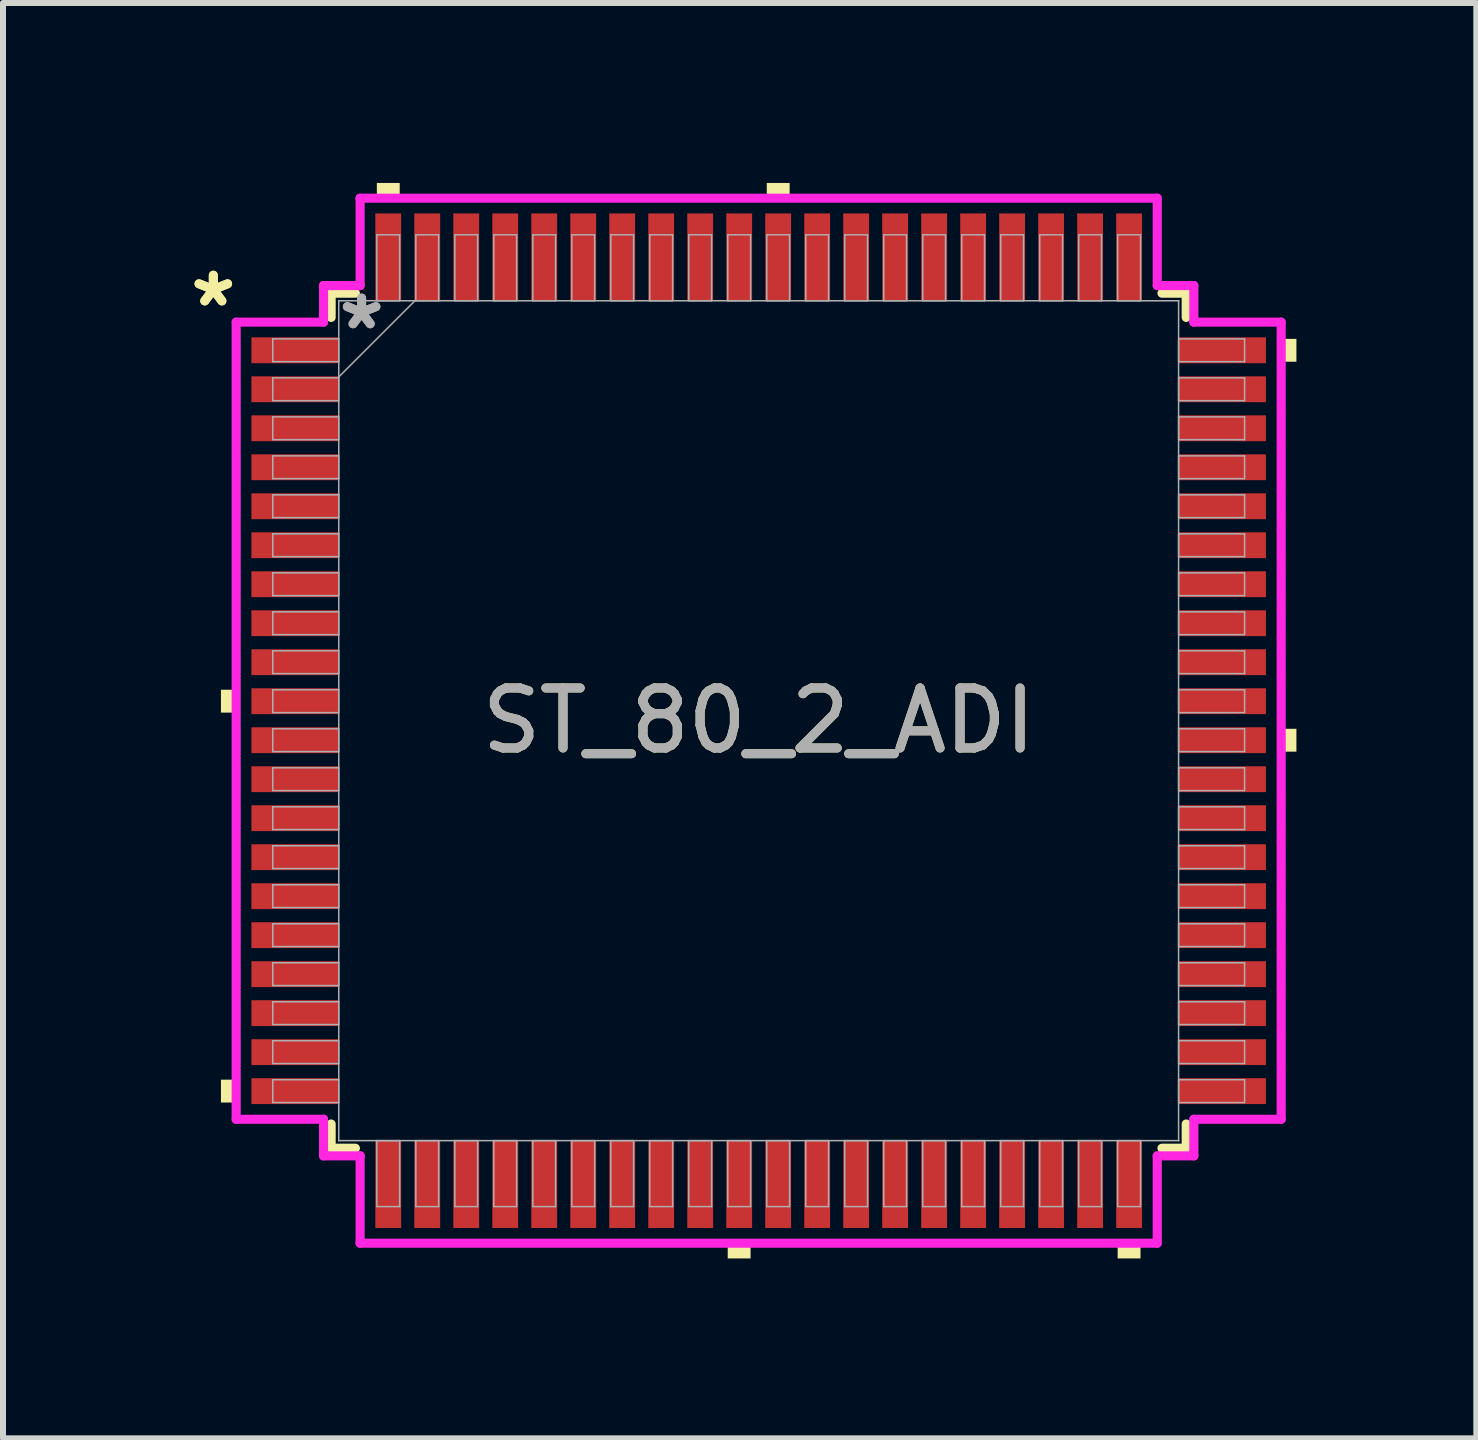
<source format=kicad_pcb>
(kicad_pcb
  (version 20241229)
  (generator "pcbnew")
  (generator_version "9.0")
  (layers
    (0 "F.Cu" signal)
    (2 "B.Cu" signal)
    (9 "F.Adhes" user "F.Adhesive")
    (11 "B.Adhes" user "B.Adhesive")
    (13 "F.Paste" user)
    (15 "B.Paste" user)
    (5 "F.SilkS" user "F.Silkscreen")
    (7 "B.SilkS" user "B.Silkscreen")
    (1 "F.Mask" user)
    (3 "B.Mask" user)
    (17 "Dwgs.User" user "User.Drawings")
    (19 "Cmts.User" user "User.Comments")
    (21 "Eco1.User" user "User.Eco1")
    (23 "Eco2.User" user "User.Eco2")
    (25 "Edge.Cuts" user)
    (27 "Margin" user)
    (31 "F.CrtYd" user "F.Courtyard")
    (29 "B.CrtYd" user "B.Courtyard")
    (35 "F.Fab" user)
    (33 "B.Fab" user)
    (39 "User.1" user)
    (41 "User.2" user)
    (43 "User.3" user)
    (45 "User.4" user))
  (footprint "ST_80_2_ADI"
    (layer "F.Cu")
    (at 9.597 8.964)
    (property "Reference" "ST_80_2_ADI" (at 0 0 0) (unlocked yes) (layer "F.SilkS") (effects (font (size 1 1) (thickness 0.15))))
    (attr smd)
    (fp_line (start -7.127 -7.127) (end -7.127 -6.723) (stroke (width 0.152) (type solid)) (layer "F.SilkS"))
    (fp_line (start -7.127 6.723) (end -7.127 7.127) (stroke (width 0.152) (type solid)) (layer "F.SilkS"))
    (fp_line (start -7.127 7.127) (end -6.723 7.127) (stroke (width 0.152) (type solid)) (layer "F.SilkS"))
    (fp_line (start -6.723 -7.127) (end -7.127 -7.127) (stroke (width 0.152) (type solid)) (layer "F.SilkS"))
    (fp_line (start 6.723 7.127) (end 7.127 7.127) (stroke (width 0.152) (type solid)) (layer "F.SilkS"))
    (fp_line (start 7.127 -7.127) (end 6.723 -7.127) (stroke (width 0.152) (type solid)) (layer "F.SilkS"))
    (fp_line (start 7.127 -6.723) (end 7.127 -7.127) (stroke (width 0.152) (type solid)) (layer "F.SilkS"))
    (fp_line (start 7.127 7.127) (end 7.127 6.723) (stroke (width 0.152) (type solid)) (layer "F.SilkS"))
    (fp_poly (pts (xy -8.964 -0.516) (xy -8.964 -0.135) (xy -8.71 -0.135) (xy -8.71 -0.516)) (stroke (width 0) (type solid)) (fill yes) (layer "F.SilkS"))
    (fp_poly (pts (xy -8.964 5.984) (xy -8.964 6.365) (xy -8.71 6.365) (xy -8.71 5.984)) (stroke (width 0) (type solid)) (fill yes) (layer "F.SilkS"))
    (fp_poly (pts (xy -6.365 -8.71) (xy -6.365 -8.964) (xy -5.984 -8.964) (xy -5.984 -8.71)) (stroke (width 0) (type solid)) (fill yes) (layer "F.SilkS"))
    (fp_poly (pts (xy -0.516 8.71) (xy -0.516 8.964) (xy -0.135 8.964) (xy -0.135 8.71)) (stroke (width 0) (type solid)) (fill yes) (layer "F.SilkS"))
    (fp_poly (pts (xy 0.135 -8.71) (xy 0.135 -8.964) (xy 0.516 -8.964) (xy 0.516 -8.71)) (stroke (width 0) (type solid)) (fill yes) (layer "F.SilkS"))
    (fp_poly (pts (xy 5.984 8.71) (xy 5.984 8.964) (xy 6.365 8.964) (xy 6.365 8.71)) (stroke (width 0) (type solid)) (fill yes) (layer "F.SilkS"))
    (fp_poly (pts (xy 8.964 -6.365) (xy 8.964 -5.984) (xy 8.71 -5.984) (xy 8.71 -6.365)) (stroke (width 0) (type solid)) (fill yes) (layer "F.SilkS"))
    (fp_poly (pts (xy 8.964 0.135) (xy 8.964 0.516) (xy 8.71 0.516) (xy 8.71 0.135)) (stroke (width 0) (type solid)) (fill yes) (layer "F.SilkS"))
    (fp_line (start -8.71 -6.644) (end -7.254 -6.644) (stroke (width 0.152) (type solid)) (layer "F.CrtYd"))
    (fp_line (start -8.71 6.644) (end -8.71 -6.644) (stroke (width 0.152) (type solid)) (layer "F.CrtYd"))
    (fp_line (start -7.254 -7.254) (end -6.644 -7.254) (stroke (width 0.152) (type solid)) (layer "F.CrtYd"))
    (fp_line (start -7.254 -6.644) (end -7.254 -7.254) (stroke (width 0.152) (type solid)) (layer "F.CrtYd"))
    (fp_line (start -7.254 6.644) (end -8.71 6.644) (stroke (width 0.152) (type solid)) (layer "F.CrtYd"))
    (fp_line (start -7.254 7.254) (end -7.254 6.644) (stroke (width 0.152) (type solid)) (layer "F.CrtYd"))
    (fp_line (start -7.254 7.254) (end -6.644 7.254) (stroke (width 0.152) (type solid)) (layer "F.CrtYd"))
    (fp_line (start -6.644 -8.71) (end 6.644 -8.71) (stroke (width 0.152) (type solid)) (layer "F.CrtYd"))
    (fp_line (start -6.644 -7.254) (end -6.644 -8.71) (stroke (width 0.152) (type solid)) (layer "F.CrtYd"))
    (fp_line (start -6.644 7.254) (end -6.644 8.71) (stroke (width 0.152) (type solid)) (layer "F.CrtYd"))
    (fp_line (start -6.644 8.71) (end 6.644 8.71) (stroke (width 0.152) (type solid)) (layer "F.CrtYd"))
    (fp_line (start 6.644 -8.71) (end 6.644 -7.254) (stroke (width 0.152) (type solid)) (layer "F.CrtYd"))
    (fp_line (start 6.644 -7.254) (end 7.254 -7.254) (stroke (width 0.152) (type solid)) (layer "F.CrtYd"))
    (fp_line (start 6.644 7.254) (end 7.254 7.254) (stroke (width 0.152) (type solid)) (layer "F.CrtYd"))
    (fp_line (start 6.644 8.71) (end 6.644 7.254) (stroke (width 0.152) (type solid)) (layer "F.CrtYd"))
    (fp_line (start 7.254 -6.644) (end 7.254 -7.254) (stroke (width 0.152) (type solid)) (layer "F.CrtYd"))
    (fp_line (start 7.254 6.644) (end 8.71 6.644) (stroke (width 0.152) (type solid)) (layer "F.CrtYd"))
    (fp_line (start 7.254 7.254) (end 7.254 6.644) (stroke (width 0.152) (type solid)) (layer "F.CrtYd"))
    (fp_line (start 8.71 -6.644) (end 7.254 -6.644) (stroke (width 0.152) (type solid)) (layer "F.CrtYd"))
    (fp_line (start 8.71 6.644) (end 8.71 -6.644) (stroke (width 0.152) (type solid)) (layer "F.CrtYd"))
    (fp_line (start -8.1 -6.365) (end -8.1 -5.985) (stroke (width 0.025) (type solid)) (layer "F.Fab"))
    (fp_line (start -8.1 -5.985) (end -7 -5.985) (stroke (width 0.025) (type solid)) (layer "F.Fab"))
    (fp_line (start -8.1 -5.715) (end -8.1 -5.335) (stroke (width 0.025) (type solid)) (layer "F.Fab"))
    (fp_line (start -8.1 -5.335) (end -7 -5.335) (stroke (width 0.025) (type solid)) (layer "F.Fab"))
    (fp_line (start -8.1 -5.065) (end -8.1 -4.685) (stroke (width 0.025) (type solid)) (layer "F.Fab"))
    (fp_line (start -8.1 -4.685) (end -7 -4.685) (stroke (width 0.025) (type solid)) (layer "F.Fab"))
    (fp_line (start -8.1 -4.415) (end -8.1 -4.035) (stroke (width 0.025) (type solid)) (layer "F.Fab"))
    (fp_line (start -8.1 -4.035) (end -7 -4.035) (stroke (width 0.025) (type solid)) (layer "F.Fab"))
    (fp_line (start -8.1 -3.765) (end -8.1 -3.385) (stroke (width 0.025) (type solid)) (layer "F.Fab"))
    (fp_line (start -8.1 -3.385) (end -7 -3.385) (stroke (width 0.025) (type solid)) (layer "F.Fab"))
    (fp_line (start -8.1 -3.115) (end -8.1 -2.735) (stroke (width 0.025) (type solid)) (layer "F.Fab"))
    (fp_line (start -8.1 -2.735) (end -7 -2.735) (stroke (width 0.025) (type solid)) (layer "F.Fab"))
    (fp_line (start -8.1 -2.465) (end -8.1 -2.085) (stroke (width 0.025) (type solid)) (layer "F.Fab"))
    (fp_line (start -8.1 -2.085) (end -7 -2.085) (stroke (width 0.025) (type solid)) (layer "F.Fab"))
    (fp_line (start -8.1 -1.815) (end -8.1 -1.435) (stroke (width 0.025) (type solid)) (layer "F.Fab"))
    (fp_line (start -8.1 -1.435) (end -7 -1.435) (stroke (width 0.025) (type solid)) (layer "F.Fab"))
    (fp_line (start -8.1 -1.165) (end -8.1 -0.785) (stroke (width 0.025) (type solid)) (layer "F.Fab"))
    (fp_line (start -8.1 -0.785) (end -7 -0.785) (stroke (width 0.025) (type solid)) (layer "F.Fab"))
    (fp_line (start -8.1 -0.515) (end -8.1 -0.135) (stroke (width 0.025) (type solid)) (layer "F.Fab"))
    (fp_line (start -8.1 -0.135) (end -7 -0.135) (stroke (width 0.025) (type solid)) (layer "F.Fab"))
    (fp_line (start -8.1 0.135) (end -8.1 0.515) (stroke (width 0.025) (type solid)) (layer "F.Fab"))
    (fp_line (start -8.1 0.515) (end -7 0.515) (stroke (width 0.025) (type solid)) (layer "F.Fab"))
    (fp_line (start -8.1 0.785) (end -8.1 1.165) (stroke (width 0.025) (type solid)) (layer "F.Fab"))
    (fp_line (start -8.1 1.165) (end -7 1.165) (stroke (width 0.025) (type solid)) (layer "F.Fab"))
    (fp_line (start -8.1 1.435) (end -8.1 1.815) (stroke (width 0.025) (type solid)) (layer "F.Fab"))
    (fp_line (start -8.1 1.815) (end -7 1.815) (stroke (width 0.025) (type solid)) (layer "F.Fab"))
    (fp_line (start -8.1 2.085) (end -8.1 2.465) (stroke (width 0.025) (type solid)) (layer "F.Fab"))
    (fp_line (start -8.1 2.465) (end -7 2.465) (stroke (width 0.025) (type solid)) (layer "F.Fab"))
    (fp_line (start -8.1 2.735) (end -8.1 3.115) (stroke (width 0.025) (type solid)) (layer "F.Fab"))
    (fp_line (start -8.1 3.115) (end -7 3.115) (stroke (width 0.025) (type solid)) (layer "F.Fab"))
    (fp_line (start -8.1 3.385) (end -8.1 3.765) (stroke (width 0.025) (type solid)) (layer "F.Fab"))
    (fp_line (start -8.1 3.765) (end -7 3.765) (stroke (width 0.025) (type solid)) (layer "F.Fab"))
    (fp_line (start -8.1 4.035) (end -8.1 4.415) (stroke (width 0.025) (type solid)) (layer "F.Fab"))
    (fp_line (start -8.1 4.415) (end -7 4.415) (stroke (width 0.025) (type solid)) (layer "F.Fab"))
    (fp_line (start -8.1 4.685) (end -8.1 5.065) (stroke (width 0.025) (type solid)) (layer "F.Fab"))
    (fp_line (start -8.1 5.065) (end -7 5.065) (stroke (width 0.025) (type solid)) (layer "F.Fab"))
    (fp_line (start -8.1 5.335) (end -8.1 5.715) (stroke (width 0.025) (type solid)) (layer "F.Fab"))
    (fp_line (start -8.1 5.715) (end -7 5.715) (stroke (width 0.025) (type solid)) (layer "F.Fab"))
    (fp_line (start -8.1 5.985) (end -8.1 6.365) (stroke (width 0.025) (type solid)) (layer "F.Fab"))
    (fp_line (start -8.1 6.365) (end -7 6.365) (stroke (width 0.025) (type solid)) (layer "F.Fab"))
    (fp_line (start -7 -6.365) (end -8.1 -6.365) (stroke (width 0.025) (type solid)) (layer "F.Fab"))
    (fp_line (start -7 -5.985) (end -7 -6.365) (stroke (width 0.025) (type solid)) (layer "F.Fab"))
    (fp_line (start -7 -5.73) (end -5.73 -7) (stroke (width 0.025) (type solid)) (layer "F.Fab"))
    (fp_line (start -7 -5.715) (end -8.1 -5.715) (stroke (width 0.025) (type solid)) (layer "F.Fab"))
    (fp_line (start -7 -5.335) (end -7 -5.715) (stroke (width 0.025) (type solid)) (layer "F.Fab"))
    (fp_line (start -7 -5.065) (end -8.1 -5.065) (stroke (width 0.025) (type solid)) (layer "F.Fab"))
    (fp_line (start -7 -4.685) (end -7 -5.065) (stroke (width 0.025) (type solid)) (layer "F.Fab"))
    (fp_line (start -7 -4.415) (end -8.1 -4.415) (stroke (width 0.025) (type solid)) (layer "F.Fab"))
    (fp_line (start -7 -4.035) (end -7 -4.415) (stroke (width 0.025) (type solid)) (layer "F.Fab"))
    (fp_line (start -7 -3.765) (end -8.1 -3.765) (stroke (width 0.025) (type solid)) (layer "F.Fab"))
    (fp_line (start -7 -3.385) (end -7 -3.765) (stroke (width 0.025) (type solid)) (layer "F.Fab"))
    (fp_line (start -7 -3.115) (end -8.1 -3.115) (stroke (width 0.025) (type solid)) (layer "F.Fab"))
    (fp_line (start -7 -2.735) (end -7 -3.115) (stroke (width 0.025) (type solid)) (layer "F.Fab"))
    (fp_line (start -7 -2.465) (end -8.1 -2.465) (stroke (width 0.025) (type solid)) (layer "F.Fab"))
    (fp_line (start -7 -2.085) (end -7 -2.465) (stroke (width 0.025) (type solid)) (layer "F.Fab"))
    (fp_line (start -7 -1.815) (end -8.1 -1.815) (stroke (width 0.025) (type solid)) (layer "F.Fab"))
    (fp_line (start -7 -1.435) (end -7 -1.815) (stroke (width 0.025) (type solid)) (layer "F.Fab"))
    (fp_line (start -7 -1.165) (end -8.1 -1.165) (stroke (width 0.025) (type solid)) (layer "F.Fab"))
    (fp_line (start -7 -0.785) (end -7 -1.165) (stroke (width 0.025) (type solid)) (layer "F.Fab"))
    (fp_line (start -7 -0.515) (end -8.1 -0.515) (stroke (width 0.025) (type solid)) (layer "F.Fab"))
    (fp_line (start -7 -0.135) (end -7 -0.515) (stroke (width 0.025) (type solid)) (layer "F.Fab"))
    (fp_line (start -7 0.135) (end -8.1 0.135) (stroke (width 0.025) (type solid)) (layer "F.Fab"))
    (fp_line (start -7 0.515) (end -7 0.135) (stroke (width 0.025) (type solid)) (layer "F.Fab"))
    (fp_line (start -7 0.785) (end -8.1 0.785) (stroke (width 0.025) (type solid)) (layer "F.Fab"))
    (fp_line (start -7 1.165) (end -7 0.785) (stroke (width 0.025) (type solid)) (layer "F.Fab"))
    (fp_line (start -7 1.435) (end -8.1 1.435) (stroke (width 0.025) (type solid)) (layer "F.Fab"))
    (fp_line (start -7 1.815) (end -7 1.435) (stroke (width 0.025) (type solid)) (layer "F.Fab"))
    (fp_line (start -7 2.085) (end -8.1 2.085) (stroke (width 0.025) (type solid)) (layer "F.Fab"))
    (fp_line (start -7 2.465) (end -7 2.085) (stroke (width 0.025) (type solid)) (layer "F.Fab"))
    (fp_line (start -7 2.735) (end -8.1 2.735) (stroke (width 0.025) (type solid)) (layer "F.Fab"))
    (fp_line (start -7 3.115) (end -7 2.735) (stroke (width 0.025) (type solid)) (layer "F.Fab"))
    (fp_line (start -7 3.385) (end -8.1 3.385) (stroke (width 0.025) (type solid)) (layer "F.Fab"))
    (fp_line (start -7 3.765) (end -7 3.385) (stroke (width 0.025) (type solid)) (layer "F.Fab"))
    (fp_line (start -7 4.035) (end -8.1 4.035) (stroke (width 0.025) (type solid)) (layer "F.Fab"))
    (fp_line (start -7 4.415) (end -7 4.035) (stroke (width 0.025) (type solid)) (layer "F.Fab"))
    (fp_line (start -7 4.685) (end -8.1 4.685) (stroke (width 0.025) (type solid)) (layer "F.Fab"))
    (fp_line (start -7 5.065) (end -7 4.685) (stroke (width 0.025) (type solid)) (layer "F.Fab"))
    (fp_line (start -7 5.335) (end -8.1 5.335) (stroke (width 0.025) (type solid)) (layer "F.Fab"))
    (fp_line (start -7 5.715) (end -7 5.335) (stroke (width 0.025) (type solid)) (layer "F.Fab"))
    (fp_line (start -7 5.985) (end -8.1 5.985) (stroke (width 0.025) (type solid)) (layer "F.Fab"))
    (fp_line (start -7 6.365) (end -7 5.985) (stroke (width 0.025) (type solid)) (layer "F.Fab"))
    (fp_line (start -7 -7) (end -7 -7) (stroke (width 0.025) (type solid)) (layer "F.Fab"))
    (fp_line (start -7 -7) (end -7 7) (stroke (width 0.025) (type solid)) (layer "F.Fab"))
    (fp_line (start -7 7) (end -7 7) (stroke (width 0.025) (type solid)) (layer "F.Fab"))
    (fp_line (start -7 7) (end 7 7) (stroke (width 0.025) (type solid)) (layer "F.Fab"))
    (fp_line (start -6.365 7) (end -6.365 8.1) (stroke (width 0.025) (type solid)) (layer "F.Fab"))
    (fp_line (start -6.365 8.1) (end -5.985 8.1) (stroke (width 0.025) (type solid)) (layer "F.Fab"))
    (fp_line (start -6.365 -8.1) (end -6.365 -7) (stroke (width 0.025) (type solid)) (layer "F.Fab"))
    (fp_line (start -6.365 -7) (end -5.985 -7) (stroke (width 0.025) (type solid)) (layer "F.Fab"))
    (fp_line (start -5.985 7) (end -6.365 7) (stroke (width 0.025) (type solid)) (layer "F.Fab"))
    (fp_line (start -5.985 8.1) (end -5.985 7) (stroke (width 0.025) (type solid)) (layer "F.Fab"))
    (fp_line (start -5.985 -8.1) (end -6.365 -8.1) (stroke (width 0.025) (type solid)) (layer "F.Fab"))
    (fp_line (start -5.985 -7) (end -5.985 -8.1) (stroke (width 0.025) (type solid)) (layer "F.Fab"))
    (fp_line (start -5.715 7) (end -5.715 8.1) (stroke (width 0.025) (type solid)) (layer "F.Fab"))
    (fp_line (start -5.715 8.1) (end -5.335 8.1) (stroke (width 0.025) (type solid)) (layer "F.Fab"))
    (fp_line (start -5.715 -8.1) (end -5.715 -7) (stroke (width 0.025) (type solid)) (layer "F.Fab"))
    (fp_line (start -5.715 -7) (end -5.335 -7) (stroke (width 0.025) (type solid)) (layer "F.Fab"))
    (fp_line (start -5.335 7) (end -5.715 7) (stroke (width 0.025) (type solid)) (layer "F.Fab"))
    (fp_line (start -5.335 8.1) (end -5.335 7) (stroke (width 0.025) (type solid)) (layer "F.Fab"))
    (fp_line (start -5.335 -8.1) (end -5.715 -8.1) (stroke (width 0.025) (type solid)) (layer "F.Fab"))
    (fp_line (start -5.335 -7) (end -5.335 -8.1) (stroke (width 0.025) (type solid)) (layer "F.Fab"))
    (fp_line (start -5.065 7) (end -5.065 8.1) (stroke (width 0.025) (type solid)) (layer "F.Fab"))
    (fp_line (start -5.065 8.1) (end -4.685 8.1) (stroke (width 0.025) (type solid)) (layer "F.Fab"))
    (fp_line (start -5.065 -8.1) (end -5.065 -7) (stroke (width 0.025) (type solid)) (layer "F.Fab"))
    (fp_line (start -5.065 -7) (end -4.685 -7) (stroke (width 0.025) (type solid)) (layer "F.Fab"))
    (fp_line (start -4.685 7) (end -5.065 7) (stroke (width 0.025) (type solid)) (layer "F.Fab"))
    (fp_line (start -4.685 8.1) (end -4.685 7) (stroke (width 0.025) (type solid)) (layer "F.Fab"))
    (fp_line (start -4.685 -8.1) (end -5.065 -8.1) (stroke (width 0.025) (type solid)) (layer "F.Fab"))
    (fp_line (start -4.685 -7) (end -4.685 -8.1) (stroke (width 0.025) (type solid)) (layer "F.Fab"))
    (fp_line (start -4.415 7) (end -4.415 8.1) (stroke (width 0.025) (type solid)) (layer "F.Fab"))
    (fp_line (start -4.415 8.1) (end -4.035 8.1) (stroke (width 0.025) (type solid)) (layer "F.Fab"))
    (fp_line (start -4.415 -8.1) (end -4.415 -7) (stroke (width 0.025) (type solid)) (layer "F.Fab"))
    (fp_line (start -4.415 -7) (end -4.035 -7) (stroke (width 0.025) (type solid)) (layer "F.Fab"))
    (fp_line (start -4.035 7) (end -4.415 7) (stroke (width 0.025) (type solid)) (layer "F.Fab"))
    (fp_line (start -4.035 8.1) (end -4.035 7) (stroke (width 0.025) (type solid)) (layer "F.Fab"))
    (fp_line (start -4.035 -8.1) (end -4.415 -8.1) (stroke (width 0.025) (type solid)) (layer "F.Fab"))
    (fp_line (start -4.035 -7) (end -4.035 -8.1) (stroke (width 0.025) (type solid)) (layer "F.Fab"))
    (fp_line (start -3.765 -8.1) (end -3.765 -7) (stroke (width 0.025) (type solid)) (layer "F.Fab"))
    (fp_line (start -3.765 -7) (end -3.385 -7) (stroke (width 0.025) (type solid)) (layer "F.Fab"))
    (fp_line (start -3.765 7) (end -3.765 8.1) (stroke (width 0.025) (type solid)) (layer "F.Fab"))
    (fp_line (start -3.765 8.1) (end -3.385 8.1) (stroke (width 0.025) (type solid)) (layer "F.Fab"))
    (fp_line (start -3.385 -8.1) (end -3.765 -8.1) (stroke (width 0.025) (type solid)) (layer "F.Fab"))
    (fp_line (start -3.385 -7) (end -3.385 -8.1) (stroke (width 0.025) (type solid)) (layer "F.Fab"))
    (fp_line (start -3.385 7) (end -3.765 7) (stroke (width 0.025) (type solid)) (layer "F.Fab"))
    (fp_line (start -3.385 8.1) (end -3.385 7) (stroke (width 0.025) (type solid)) (layer "F.Fab"))
    (fp_line (start -3.115 -8.1) (end -3.115 -7) (stroke (width 0.025) (type solid)) (layer "F.Fab"))
    (fp_line (start -3.115 -7) (end -2.735 -7) (stroke (width 0.025) (type solid)) (layer "F.Fab"))
    (fp_line (start -3.115 7) (end -3.115 8.1) (stroke (width 0.025) (type solid)) (layer "F.Fab"))
    (fp_line (start -3.115 8.1) (end -2.735 8.1) (stroke (width 0.025) (type solid)) (layer "F.Fab"))
    (fp_line (start -2.735 -8.1) (end -3.115 -8.1) (stroke (width 0.025) (type solid)) (layer "F.Fab"))
    (fp_line (start -2.735 -7) (end -2.735 -8.1) (stroke (width 0.025) (type solid)) (layer "F.Fab"))
    (fp_line (start -2.735 7) (end -3.115 7) (stroke (width 0.025) (type solid)) (layer "F.Fab"))
    (fp_line (start -2.735 8.1) (end -2.735 7) (stroke (width 0.025) (type solid)) (layer "F.Fab"))
    (fp_line (start -2.465 -8.1) (end -2.465 -7) (stroke (width 0.025) (type solid)) (layer "F.Fab"))
    (fp_line (start -2.465 -7) (end -2.085 -7) (stroke (width 0.025) (type solid)) (layer "F.Fab"))
    (fp_line (start -2.465 7) (end -2.465 8.1) (stroke (width 0.025) (type solid)) (layer "F.Fab"))
    (fp_line (start -2.465 8.1) (end -2.085 8.1) (stroke (width 0.025) (type solid)) (layer "F.Fab"))
    (fp_line (start -2.085 -8.1) (end -2.465 -8.1) (stroke (width 0.025) (type solid)) (layer "F.Fab"))
    (fp_line (start -2.085 -7) (end -2.085 -8.1) (stroke (width 0.025) (type solid)) (layer "F.Fab"))
    (fp_line (start -2.085 7) (end -2.465 7) (stroke (width 0.025) (type solid)) (layer "F.Fab"))
    (fp_line (start -2.085 8.1) (end -2.085 7) (stroke (width 0.025) (type solid)) (layer "F.Fab"))
    (fp_line (start -1.815 -8.1) (end -1.815 -7) (stroke (width 0.025) (type solid)) (layer "F.Fab"))
    (fp_line (start -1.815 -7) (end -1.435 -7) (stroke (width 0.025) (type solid)) (layer "F.Fab"))
    (fp_line (start -1.815 7) (end -1.815 8.1) (stroke (width 0.025) (type solid)) (layer "F.Fab"))
    (fp_line (start -1.815 8.1) (end -1.435 8.1) (stroke (width 0.025) (type solid)) (layer "F.Fab"))
    (fp_line (start -1.435 -8.1) (end -1.815 -8.1) (stroke (width 0.025) (type solid)) (layer "F.Fab"))
    (fp_line (start -1.435 -7) (end -1.435 -8.1) (stroke (width 0.025) (type solid)) (layer "F.Fab"))
    (fp_line (start -1.435 7) (end -1.815 7) (stroke (width 0.025) (type solid)) (layer "F.Fab"))
    (fp_line (start -1.435 8.1) (end -1.435 7) (stroke (width 0.025) (type solid)) (layer "F.Fab"))
    (fp_line (start -1.165 -8.1) (end -1.165 -7) (stroke (width 0.025) (type solid)) (layer "F.Fab"))
    (fp_line (start -1.165 -7) (end -0.785 -7) (stroke (width 0.025) (type solid)) (layer "F.Fab"))
    (fp_line (start -1.165 7) (end -1.165 8.1) (stroke (width 0.025) (type solid)) (layer "F.Fab"))
    (fp_line (start -1.165 8.1) (end -0.785 8.1) (stroke (width 0.025) (type solid)) (layer "F.Fab"))
    (fp_line (start -0.785 -8.1) (end -1.165 -8.1) (stroke (width 0.025) (type solid)) (layer "F.Fab"))
    (fp_line (start -0.785 -7) (end -0.785 -8.1) (stroke (width 0.025) (type solid)) (layer "F.Fab"))
    (fp_line (start -0.785 7) (end -1.165 7) (stroke (width 0.025) (type solid)) (layer "F.Fab"))
    (fp_line (start -0.785 8.1) (end -0.785 7) (stroke (width 0.025) (type solid)) (layer "F.Fab"))
    (fp_line (start -0.515 -8.1) (end -0.515 -7) (stroke (width 0.025) (type solid)) (layer "F.Fab"))
    (fp_line (start -0.515 -7) (end -0.135 -7) (stroke (width 0.025) (type solid)) (layer "F.Fab"))
    (fp_line (start -0.515 7) (end -0.515 8.1) (stroke (width 0.025) (type solid)) (layer "F.Fab"))
    (fp_line (start -0.515 8.1) (end -0.135 8.1) (stroke (width 0.025) (type solid)) (layer "F.Fab"))
    (fp_line (start -0.135 -8.1) (end -0.515 -8.1) (stroke (width 0.025) (type solid)) (layer "F.Fab"))
    (fp_line (start -0.135 -7) (end -0.135 -8.1) (stroke (width 0.025) (type solid)) (layer "F.Fab"))
    (fp_line (start -0.135 7) (end -0.515 7) (stroke (width 0.025) (type solid)) (layer "F.Fab"))
    (fp_line (start -0.135 8.1) (end -0.135 7) (stroke (width 0.025) (type solid)) (layer "F.Fab"))
    (fp_line (start 0.135 -8.1) (end 0.135 -7) (stroke (width 0.025) (type solid)) (layer "F.Fab"))
    (fp_line (start 0.135 -7) (end 0.515 -7) (stroke (width 0.025) (type solid)) (layer "F.Fab"))
    (fp_line (start 0.135 7) (end 0.135 8.1) (stroke (width 0.025) (type solid)) (layer "F.Fab"))
    (fp_line (start 0.135 8.1) (end 0.515 8.1) (stroke (width 0.025) (type solid)) (layer "F.Fab"))
    (fp_line (start 0.515 -8.1) (end 0.135 -8.1) (stroke (width 0.025) (type solid)) (layer "F.Fab"))
    (fp_line (start 0.515 -7) (end 0.515 -8.1) (stroke (width 0.025) (type solid)) (layer "F.Fab"))
    (fp_line (start 0.515 7) (end 0.135 7) (stroke (width 0.025) (type solid)) (layer "F.Fab"))
    (fp_line (start 0.515 8.1) (end 0.515 7) (stroke (width 0.025) (type solid)) (layer "F.Fab"))
    (fp_line (start 0.785 -8.1) (end 0.785 -7) (stroke (width 0.025) (type solid)) (layer "F.Fab"))
    (fp_line (start 0.785 -7) (end 1.165 -7) (stroke (width 0.025) (type solid)) (layer "F.Fab"))
    (fp_line (start 0.785 7) (end 0.785 8.1) (stroke (width 0.025) (type solid)) (layer "F.Fab"))
    (fp_line (start 0.785 8.1) (end 1.165 8.1) (stroke (width 0.025) (type solid)) (layer "F.Fab"))
    (fp_line (start 1.165 -8.1) (end 0.785 -8.1) (stroke (width 0.025) (type solid)) (layer "F.Fab"))
    (fp_line (start 1.165 -7) (end 1.165 -8.1) (stroke (width 0.025) (type solid)) (layer "F.Fab"))
    (fp_line (start 1.165 7) (end 0.785 7) (stroke (width 0.025) (type solid)) (layer "F.Fab"))
    (fp_line (start 1.165 8.1) (end 1.165 7) (stroke (width 0.025) (type solid)) (layer "F.Fab"))
    (fp_line (start 1.435 -8.1) (end 1.435 -7) (stroke (width 0.025) (type solid)) (layer "F.Fab"))
    (fp_line (start 1.435 -7) (end 1.815 -7) (stroke (width 0.025) (type solid)) (layer "F.Fab"))
    (fp_line (start 1.435 7) (end 1.435 8.1) (stroke (width 0.025) (type solid)) (layer "F.Fab"))
    (fp_line (start 1.435 8.1) (end 1.815 8.1) (stroke (width 0.025) (type solid)) (layer "F.Fab"))
    (fp_line (start 1.815 -8.1) (end 1.435 -8.1) (stroke (width 0.025) (type solid)) (layer "F.Fab"))
    (fp_line (start 1.815 -7) (end 1.815 -8.1) (stroke (width 0.025) (type solid)) (layer "F.Fab"))
    (fp_line (start 1.815 7) (end 1.435 7) (stroke (width 0.025) (type solid)) (layer "F.Fab"))
    (fp_line (start 1.815 8.1) (end 1.815 7) (stroke (width 0.025) (type solid)) (layer "F.Fab"))
    (fp_line (start 2.085 -8.1) (end 2.085 -7) (stroke (width 0.025) (type solid)) (layer "F.Fab"))
    (fp_line (start 2.085 -7) (end 2.465 -7) (stroke (width 0.025) (type solid)) (layer "F.Fab"))
    (fp_line (start 2.085 7) (end 2.085 8.1) (stroke (width 0.025) (type solid)) (layer "F.Fab"))
    (fp_line (start 2.085 8.1) (end 2.465 8.1) (stroke (width 0.025) (type solid)) (layer "F.Fab"))
    (fp_line (start 2.465 -8.1) (end 2.085 -8.1) (stroke (width 0.025) (type solid)) (layer "F.Fab"))
    (fp_line (start 2.465 -7) (end 2.465 -8.1) (stroke (width 0.025) (type solid)) (layer "F.Fab"))
    (fp_line (start 2.465 7) (end 2.085 7) (stroke (width 0.025) (type solid)) (layer "F.Fab"))
    (fp_line (start 2.465 8.1) (end 2.465 7) (stroke (width 0.025) (type solid)) (layer "F.Fab"))
    (fp_line (start 2.735 -8.1) (end 2.735 -7) (stroke (width 0.025) (type solid)) (layer "F.Fab"))
    (fp_line (start 2.735 -7) (end 3.115 -7) (stroke (width 0.025) (type solid)) (layer "F.Fab"))
    (fp_line (start 2.735 7) (end 2.735 8.1) (stroke (width 0.025) (type solid)) (layer "F.Fab"))
    (fp_line (start 2.735 8.1) (end 3.115 8.1) (stroke (width 0.025) (type solid)) (layer "F.Fab"))
    (fp_line (start 3.115 -8.1) (end 2.735 -8.1) (stroke (width 0.025) (type solid)) (layer "F.Fab"))
    (fp_line (start 3.115 -7) (end 3.115 -8.1) (stroke (width 0.025) (type solid)) (layer "F.Fab"))
    (fp_line (start 3.115 7) (end 2.735 7) (stroke (width 0.025) (type solid)) (layer "F.Fab"))
    (fp_line (start 3.115 8.1) (end 3.115 7) (stroke (width 0.025) (type solid)) (layer "F.Fab"))
    (fp_line (start 3.385 -8.1) (end 3.385 -7) (stroke (width 0.025) (type solid)) (layer "F.Fab"))
    (fp_line (start 3.385 -7) (end 3.765 -7) (stroke (width 0.025) (type solid)) (layer "F.Fab"))
    (fp_line (start 3.385 7) (end 3.385 8.1) (stroke (width 0.025) (type solid)) (layer "F.Fab"))
    (fp_line (start 3.385 8.1) (end 3.765 8.1) (stroke (width 0.025) (type solid)) (layer "F.Fab"))
    (fp_line (start 3.765 -8.1) (end 3.385 -8.1) (stroke (width 0.025) (type solid)) (layer "F.Fab"))
    (fp_line (start 3.765 -7) (end 3.765 -8.1) (stroke (width 0.025) (type solid)) (layer "F.Fab"))
    (fp_line (start 3.765 7) (end 3.385 7) (stroke (width 0.025) (type solid)) (layer "F.Fab"))
    (fp_line (start 3.765 8.1) (end 3.765 7) (stroke (width 0.025) (type solid)) (layer "F.Fab"))
    (fp_line (start 4.035 7) (end 4.035 8.1) (stroke (width 0.025) (type solid)) (layer "F.Fab"))
    (fp_line (start 4.035 8.1) (end 4.415 8.1) (stroke (width 0.025) (type solid)) (layer "F.Fab"))
    (fp_line (start 4.035 -8.1) (end 4.035 -7) (stroke (width 0.025) (type solid)) (layer "F.Fab"))
    (fp_line (start 4.035 -7) (end 4.415 -7) (stroke (width 0.025) (type solid)) (layer "F.Fab"))
    (fp_line (start 4.415 7) (end 4.035 7) (stroke (width 0.025) (type solid)) (layer "F.Fab"))
    (fp_line (start 4.415 8.1) (end 4.415 7) (stroke (width 0.025) (type solid)) (layer "F.Fab"))
    (fp_line (start 4.415 -8.1) (end 4.035 -8.1) (stroke (width 0.025) (type solid)) (layer "F.Fab"))
    (fp_line (start 4.415 -7) (end 4.415 -8.1) (stroke (width 0.025) (type solid)) (layer "F.Fab"))
    (fp_line (start 4.685 7) (end 4.685 8.1) (stroke (width 0.025) (type solid)) (layer "F.Fab"))
    (fp_line (start 4.685 8.1) (end 5.065 8.1) (stroke (width 0.025) (type solid)) (layer "F.Fab"))
    (fp_line (start 4.685 -8.1) (end 4.685 -7) (stroke (width 0.025) (type solid)) (layer "F.Fab"))
    (fp_line (start 4.685 -7) (end 5.065 -7) (stroke (width 0.025) (type solid)) (layer "F.Fab"))
    (fp_line (start 5.065 7) (end 4.685 7) (stroke (width 0.025) (type solid)) (layer "F.Fab"))
    (fp_line (start 5.065 8.1) (end 5.065 7) (stroke (width 0.025) (type solid)) (layer "F.Fab"))
    (fp_line (start 5.065 -8.1) (end 4.685 -8.1) (stroke (width 0.025) (type solid)) (layer "F.Fab"))
    (fp_line (start 5.065 -7) (end 5.065 -8.1) (stroke (width 0.025) (type solid)) (layer "F.Fab"))
    (fp_line (start 5.335 7) (end 5.335 8.1) (stroke (width 0.025) (type solid)) (layer "F.Fab"))
    (fp_line (start 5.335 8.1) (end 5.715 8.1) (stroke (width 0.025) (type solid)) (layer "F.Fab"))
    (fp_line (start 5.335 -8.1) (end 5.335 -7) (stroke (width 0.025) (type solid)) (layer "F.Fab"))
    (fp_line (start 5.335 -7) (end 5.715 -7) (stroke (width 0.025) (type solid)) (layer "F.Fab"))
    (fp_line (start 5.715 7) (end 5.335 7) (stroke (width 0.025) (type solid)) (layer "F.Fab"))
    (fp_line (start 5.715 8.1) (end 5.715 7) (stroke (width 0.025) (type solid)) (layer "F.Fab"))
    (fp_line (start 5.715 -8.1) (end 5.335 -8.1) (stroke (width 0.025) (type solid)) (layer "F.Fab"))
    (fp_line (start 5.715 -7) (end 5.715 -8.1) (stroke (width 0.025) (type solid)) (layer "F.Fab"))
    (fp_line (start 5.985 7) (end 5.985 8.1) (stroke (width 0.025) (type solid)) (layer "F.Fab"))
    (fp_line (start 5.985 8.1) (end 6.365 8.1) (stroke (width 0.025) (type solid)) (layer "F.Fab"))
    (fp_line (start 5.985 -8.1) (end 5.985 -7) (stroke (width 0.025) (type solid)) (layer "F.Fab"))
    (fp_line (start 5.985 -7) (end 6.365 -7) (stroke (width 0.025) (type solid)) (layer "F.Fab"))
    (fp_line (start 6.365 7) (end 5.985 7) (stroke (width 0.025) (type solid)) (layer "F.Fab"))
    (fp_line (start 6.365 8.1) (end 6.365 7) (stroke (width 0.025) (type solid)) (layer "F.Fab"))
    (fp_line (start 6.365 -8.1) (end 5.985 -8.1) (stroke (width 0.025) (type solid)) (layer "F.Fab"))
    (fp_line (start 6.365 -7) (end 6.365 -8.1) (stroke (width 0.025) (type solid)) (layer "F.Fab"))
    (fp_line (start 7 -7) (end -7 -7) (stroke (width 0.025) (type solid)) (layer "F.Fab"))
    (fp_line (start 7 -7) (end 7 -7) (stroke (width 0.025) (type solid)) (layer "F.Fab"))
    (fp_line (start 7 7) (end 7 -7) (stroke (width 0.025) (type solid)) (layer "F.Fab"))
    (fp_line (start 7 7) (end 7 7) (stroke (width 0.025) (type solid)) (layer "F.Fab"))
    (fp_line (start 7 -6.365) (end 7 -5.985) (stroke (width 0.025) (type solid)) (layer "F.Fab"))
    (fp_line (start 7 -5.985) (end 8.1 -5.985) (stroke (width 0.025) (type solid)) (layer "F.Fab"))
    (fp_line (start 7 -5.715) (end 7 -5.335) (stroke (width 0.025) (type solid)) (layer "F.Fab"))
    (fp_line (start 7 -5.335) (end 8.1 -5.335) (stroke (width 0.025) (type solid)) (layer "F.Fab"))
    (fp_line (start 7 -5.065) (end 7 -4.685) (stroke (width 0.025) (type solid)) (layer "F.Fab"))
    (fp_line (start 7 -4.685) (end 8.1 -4.685) (stroke (width 0.025) (type solid)) (layer "F.Fab"))
    (fp_line (start 7 -4.415) (end 7 -4.035) (stroke (width 0.025) (type solid)) (layer "F.Fab"))
    (fp_line (start 7 -4.035) (end 8.1 -4.035) (stroke (width 0.025) (type solid)) (layer "F.Fab"))
    (fp_line (start 7 -3.765) (end 7 -3.385) (stroke (width 0.025) (type solid)) (layer "F.Fab"))
    (fp_line (start 7 -3.385) (end 8.1 -3.385) (stroke (width 0.025) (type solid)) (layer "F.Fab"))
    (fp_line (start 7 -3.115) (end 7 -2.735) (stroke (width 0.025) (type solid)) (layer "F.Fab"))
    (fp_line (start 7 -2.735) (end 8.1 -2.735) (stroke (width 0.025) (type solid)) (layer "F.Fab"))
    (fp_line (start 7 -2.465) (end 7 -2.085) (stroke (width 0.025) (type solid)) (layer "F.Fab"))
    (fp_line (start 7 -2.085) (end 8.1 -2.085) (stroke (width 0.025) (type solid)) (layer "F.Fab"))
    (fp_line (start 7 -1.815) (end 7 -1.435) (stroke (width 0.025) (type solid)) (layer "F.Fab"))
    (fp_line (start 7 -1.435) (end 8.1 -1.435) (stroke (width 0.025) (type solid)) (layer "F.Fab"))
    (fp_line (start 7 -1.165) (end 7 -0.785) (stroke (width 0.025) (type solid)) (layer "F.Fab"))
    (fp_line (start 7 -0.785) (end 8.1 -0.785) (stroke (width 0.025) (type solid)) (layer "F.Fab"))
    (fp_line (start 7 -0.515) (end 7 -0.135) (stroke (width 0.025) (type solid)) (layer "F.Fab"))
    (fp_line (start 7 -0.135) (end 8.1 -0.135) (stroke (width 0.025) (type solid)) (layer "F.Fab"))
    (fp_line (start 7 0.135) (end 7 0.515) (stroke (width 0.025) (type solid)) (layer "F.Fab"))
    (fp_line (start 7 0.515) (end 8.1 0.515) (stroke (width 0.025) (type solid)) (layer "F.Fab"))
    (fp_line (start 7 0.785) (end 7 1.165) (stroke (width 0.025) (type solid)) (layer "F.Fab"))
    (fp_line (start 7 1.165) (end 8.1 1.165) (stroke (width 0.025) (type solid)) (layer "F.Fab"))
    (fp_line (start 7 1.435) (end 7 1.815) (stroke (width 0.025) (type solid)) (layer "F.Fab"))
    (fp_line (start 7 1.815) (end 8.1 1.815) (stroke (width 0.025) (type solid)) (layer "F.Fab"))
    (fp_line (start 7 2.085) (end 7 2.465) (stroke (width 0.025) (type solid)) (layer "F.Fab"))
    (fp_line (start 7 2.465) (end 8.1 2.465) (stroke (width 0.025) (type solid)) (layer "F.Fab"))
    (fp_line (start 7 2.735) (end 7 3.115) (stroke (width 0.025) (type solid)) (layer "F.Fab"))
    (fp_line (start 7 3.115) (end 8.1 3.115) (stroke (width 0.025) (type solid)) (layer "F.Fab"))
    (fp_line (start 7 3.385) (end 7 3.765) (stroke (width 0.025) (type solid)) (layer "F.Fab"))
    (fp_line (start 7 3.765) (end 8.1 3.765) (stroke (width 0.025) (type solid)) (layer "F.Fab"))
    (fp_line (start 7 4.035) (end 7 4.415) (stroke (width 0.025) (type solid)) (layer "F.Fab"))
    (fp_line (start 7 4.415) (end 8.1 4.415) (stroke (width 0.025) (type solid)) (layer "F.Fab"))
    (fp_line (start 7 4.685) (end 7 5.065) (stroke (width 0.025) (type solid)) (layer "F.Fab"))
    (fp_line (start 7 5.065) (end 8.1 5.065) (stroke (width 0.025) (type solid)) (layer "F.Fab"))
    (fp_line (start 7 5.335) (end 7 5.715) (stroke (width 0.025) (type solid)) (layer "F.Fab"))
    (fp_line (start 7 5.715) (end 8.1 5.715) (stroke (width 0.025) (type solid)) (layer "F.Fab"))
    (fp_line (start 7 5.985) (end 7 6.365) (stroke (width 0.025) (type solid)) (layer "F.Fab"))
    (fp_line (start 7 6.365) (end 8.1 6.365) (stroke (width 0.025) (type solid)) (layer "F.Fab"))
    (fp_line (start 8.1 -6.365) (end 7 -6.365) (stroke (width 0.025) (type solid)) (layer "F.Fab"))
    (fp_line (start 8.1 -5.985) (end 8.1 -6.365) (stroke (width 0.025) (type solid)) (layer "F.Fab"))
    (fp_line (start 8.1 -5.715) (end 7 -5.715) (stroke (width 0.025) (type solid)) (layer "F.Fab"))
    (fp_line (start 8.1 -5.335) (end 8.1 -5.715) (stroke (width 0.025) (type solid)) (layer "F.Fab"))
    (fp_line (start 8.1 -5.065) (end 7 -5.065) (stroke (width 0.025) (type solid)) (layer "F.Fab"))
    (fp_line (start 8.1 -4.685) (end 8.1 -5.065) (stroke (width 0.025) (type solid)) (layer "F.Fab"))
    (fp_line (start 8.1 -4.415) (end 7 -4.415) (stroke (width 0.025) (type solid)) (layer "F.Fab"))
    (fp_line (start 8.1 -4.035) (end 8.1 -4.415) (stroke (width 0.025) (type solid)) (layer "F.Fab"))
    (fp_line (start 8.1 -3.765) (end 7 -3.765) (stroke (width 0.025) (type solid)) (layer "F.Fab"))
    (fp_line (start 8.1 -3.385) (end 8.1 -3.765) (stroke (width 0.025) (type solid)) (layer "F.Fab"))
    (fp_line (start 8.1 -3.115) (end 7 -3.115) (stroke (width 0.025) (type solid)) (layer "F.Fab"))
    (fp_line (start 8.1 -2.735) (end 8.1 -3.115) (stroke (width 0.025) (type solid)) (layer "F.Fab"))
    (fp_line (start 8.1 -2.465) (end 7 -2.465) (stroke (width 0.025) (type solid)) (layer "F.Fab"))
    (fp_line (start 8.1 -2.085) (end 8.1 -2.465) (stroke (width 0.025) (type solid)) (layer "F.Fab"))
    (fp_line (start 8.1 -1.815) (end 7 -1.815) (stroke (width 0.025) (type solid)) (layer "F.Fab"))
    (fp_line (start 8.1 -1.435) (end 8.1 -1.815) (stroke (width 0.025) (type solid)) (layer "F.Fab"))
    (fp_line (start 8.1 -1.165) (end 7 -1.165) (stroke (width 0.025) (type solid)) (layer "F.Fab"))
    (fp_line (start 8.1 -0.785) (end 8.1 -1.165) (stroke (width 0.025) (type solid)) (layer "F.Fab"))
    (fp_line (start 8.1 -0.515) (end 7 -0.515) (stroke (width 0.025) (type solid)) (layer "F.Fab"))
    (fp_line (start 8.1 -0.135) (end 8.1 -0.515) (stroke (width 0.025) (type solid)) (layer "F.Fab"))
    (fp_line (start 8.1 0.135) (end 7 0.135) (stroke (width 0.025) (type solid)) (layer "F.Fab"))
    (fp_line (start 8.1 0.515) (end 8.1 0.135) (stroke (width 0.025) (type solid)) (layer "F.Fab"))
    (fp_line (start 8.1 0.785) (end 7 0.785) (stroke (width 0.025) (type solid)) (layer "F.Fab"))
    (fp_line (start 8.1 1.165) (end 8.1 0.785) (stroke (width 0.025) (type solid)) (layer "F.Fab"))
    (fp_line (start 8.1 1.435) (end 7 1.435) (stroke (width 0.025) (type solid)) (layer "F.Fab"))
    (fp_line (start 8.1 1.815) (end 8.1 1.435) (stroke (width 0.025) (type solid)) (layer "F.Fab"))
    (fp_line (start 8.1 2.085) (end 7 2.085) (stroke (width 0.025) (type solid)) (layer "F.Fab"))
    (fp_line (start 8.1 2.465) (end 8.1 2.085) (stroke (width 0.025) (type solid)) (layer "F.Fab"))
    (fp_line (start 8.1 2.735) (end 7 2.735) (stroke (width 0.025) (type solid)) (layer "F.Fab"))
    (fp_line (start 8.1 3.115) (end 8.1 2.735) (stroke (width 0.025) (type solid)) (layer "F.Fab"))
    (fp_line (start 8.1 3.385) (end 7 3.385) (stroke (width 0.025) (type solid)) (layer "F.Fab"))
    (fp_line (start 8.1 3.765) (end 8.1 3.385) (stroke (width 0.025) (type solid)) (layer "F.Fab"))
    (fp_line (start 8.1 4.035) (end 7 4.035) (stroke (width 0.025) (type solid)) (layer "F.Fab"))
    (fp_line (start 8.1 4.415) (end 8.1 4.035) (stroke (width 0.025) (type solid)) (layer "F.Fab"))
    (fp_line (start 8.1 4.685) (end 7 4.685) (stroke (width 0.025) (type solid)) (layer "F.Fab"))
    (fp_line (start 8.1 5.065) (end 8.1 4.685) (stroke (width 0.025) (type solid)) (layer "F.Fab"))
    (fp_line (start 8.1 5.335) (end 7 5.335) (stroke (width 0.025) (type solid)) (layer "F.Fab"))
    (fp_line (start 8.1 5.715) (end 8.1 5.335) (stroke (width 0.025) (type solid)) (layer "F.Fab"))
    (fp_line (start 8.1 5.985) (end 7 5.985) (stroke (width 0.025) (type solid)) (layer "F.Fab"))
    (fp_line (start 8.1 6.365) (end 8.1 5.985) (stroke (width 0.025) (type solid)) (layer "F.Fab"))
    (fp_text user "*" (at -9.091 -6.881 0) (unlocked yes) (layer "F.SilkS") (effects (font (size 1 1) (thickness 0.15))))
    (fp_text user "*" (at -9.091 -6.881 0) (layer "F.SilkS") (effects (font (size 1 1) (thickness 0.15))))
    (fp_text user "${REFERENCE}" (at 0 0 0) (unlocked yes) (layer "F.Fab") (effects (font (size 1 1) (thickness 0.15))))
    (fp_text user "*" (at -6.619 -6.5 0) (layer "F.Fab") (effects (font (size 1 1) (thickness 0.15))))
    (fp_text user "*" (at -6.619 -6.5 0) (unlocked yes) (layer "F.Fab") (effects (font (size 1 1) (thickness 0.15))))
    (pad "1" smd rect (at -7.728 -6.175 90) (size 0.431 1.456) (layers "F.Cu" "F.Mask" "F.Paste"))
    (pad "2" smd rect (at -7.728 -5.525 90) (size 0.431 1.456) (layers "F.Cu" "F.Mask" "F.Paste"))
    (pad "3" smd rect (at -7.728 -4.875 90) (size 0.431 1.456) (layers "F.Cu" "F.Mask" "F.Paste"))
    (pad "4" smd rect (at -7.728 -4.225 90) (size 0.431 1.456) (layers "F.Cu" "F.Mask" "F.Paste"))
    (pad "5" smd rect (at -7.728 -3.575 90) (size 0.431 1.456) (layers "F.Cu" "F.Mask" "F.Paste"))
    (pad "6" smd rect (at -7.728 -2.925 90) (size 0.431 1.456) (layers "F.Cu" "F.Mask" "F.Paste"))
    (pad "7" smd rect (at -7.728 -2.275 90) (size 0.431 1.456) (layers "F.Cu" "F.Mask" "F.Paste"))
    (pad "8" smd rect (at -7.728 -1.625 90) (size 0.431 1.456) (layers "F.Cu" "F.Mask" "F.Paste"))
    (pad "9" smd rect (at -7.728 -0.975 90) (size 0.431 1.456) (layers "F.Cu" "F.Mask" "F.Paste"))
    (pad "10" smd rect (at -7.728 -0.325 90) (size 0.431 1.456) (layers "F.Cu" "F.Mask" "F.Paste"))
    (pad "11" smd rect (at -7.728 0.325 90) (size 0.431 1.456) (layers "F.Cu" "F.Mask" "F.Paste"))
    (pad "12" smd rect (at -7.728 0.975 90) (size 0.431 1.456) (layers "F.Cu" "F.Mask" "F.Paste"))
    (pad "13" smd rect (at -7.728 1.625 90) (size 0.431 1.456) (layers "F.Cu" "F.Mask" "F.Paste"))
    (pad "14" smd rect (at -7.728 2.275 90) (size 0.431 1.456) (layers "F.Cu" "F.Mask" "F.Paste"))
    (pad "15" smd rect (at -7.728 2.925 90) (size 0.431 1.456) (layers "F.Cu" "F.Mask" "F.Paste"))
    (pad "16" smd rect (at -7.728 3.575 90) (size 0.431 1.456) (layers "F.Cu" "F.Mask" "F.Paste"))
    (pad "17" smd rect (at -7.728 4.225 90) (size 0.431 1.456) (layers "F.Cu" "F.Mask" "F.Paste"))
    (pad "18" smd rect (at -7.728 4.875 90) (size 0.431 1.456) (layers "F.Cu" "F.Mask" "F.Paste"))
    (pad "19" smd rect (at -7.728 5.525 90) (size 0.431 1.456) (layers "F.Cu" "F.Mask" "F.Paste"))
    (pad "20" smd rect (at -7.728 6.175 90) (size 0.431 1.456) (layers "F.Cu" "F.Mask" "F.Paste"))
    (pad "21" smd rect (at -6.175 7.728) (size 0.431 1.456) (layers "F.Cu" "F.Mask" "F.Paste"))
    (pad "22" smd rect (at -5.525 7.728) (size 0.431 1.456) (layers "F.Cu" "F.Mask" "F.Paste"))
    (pad "23" smd rect (at -4.875 7.728) (size 0.431 1.456) (layers "F.Cu" "F.Mask" "F.Paste"))
    (pad "24" smd rect (at -4.225 7.728) (size 0.431 1.456) (layers "F.Cu" "F.Mask" "F.Paste"))
    (pad "25" smd rect (at -3.575 7.728) (size 0.431 1.456) (layers "F.Cu" "F.Mask" "F.Paste"))
    (pad "26" smd rect (at -2.925 7.728) (size 0.431 1.456) (layers "F.Cu" "F.Mask" "F.Paste"))
    (pad "27" smd rect (at -2.275 7.728) (size 0.431 1.456) (layers "F.Cu" "F.Mask" "F.Paste"))
    (pad "28" smd rect (at -1.625 7.728) (size 0.431 1.456) (layers "F.Cu" "F.Mask" "F.Paste"))
    (pad "29" smd rect (at -0.975 7.728) (size 0.431 1.456) (layers "F.Cu" "F.Mask" "F.Paste"))
    (pad "30" smd rect (at -0.325 7.728) (size 0.431 1.456) (layers "F.Cu" "F.Mask" "F.Paste"))
    (pad "31" smd rect (at 0.325 7.728) (size 0.431 1.456) (layers "F.Cu" "F.Mask" "F.Paste"))
    (pad "32" smd rect (at 0.975 7.728) (size 0.431 1.456) (layers "F.Cu" "F.Mask" "F.Paste"))
    (pad "33" smd rect (at 1.625 7.728) (size 0.431 1.456) (layers "F.Cu" "F.Mask" "F.Paste"))
    (pad "34" smd rect (at 2.275 7.728) (size 0.431 1.456) (layers "F.Cu" "F.Mask" "F.Paste"))
    (pad "35" smd rect (at 2.925 7.728) (size 0.431 1.456) (layers "F.Cu" "F.Mask" "F.Paste"))
    (pad "36" smd rect (at 3.575 7.728) (size 0.431 1.456) (layers "F.Cu" "F.Mask" "F.Paste"))
    (pad "37" smd rect (at 4.225 7.728) (size 0.431 1.456) (layers "F.Cu" "F.Mask" "F.Paste"))
    (pad "38" smd rect (at 4.875 7.728) (size 0.431 1.456) (layers "F.Cu" "F.Mask" "F.Paste"))
    (pad "39" smd rect (at 5.525 7.728) (size 0.431 1.456) (layers "F.Cu" "F.Mask" "F.Paste"))
    (pad "40" smd rect (at 6.175 7.728) (size 0.431 1.456) (layers "F.Cu" "F.Mask" "F.Paste"))
    (pad "41" smd rect (at 7.728 6.175 90) (size 0.431 1.456) (layers "F.Cu" "F.Mask" "F.Paste"))
    (pad "42" smd rect (at 7.728 5.525 90) (size 0.431 1.456) (layers "F.Cu" "F.Mask" "F.Paste"))
    (pad "43" smd rect (at 7.728 4.875 90) (size 0.431 1.456) (layers "F.Cu" "F.Mask" "F.Paste"))
    (pad "44" smd rect (at 7.728 4.225 90) (size 0.431 1.456) (layers "F.Cu" "F.Mask" "F.Paste"))
    (pad "45" smd rect (at 7.728 3.575 90) (size 0.431 1.456) (layers "F.Cu" "F.Mask" "F.Paste"))
    (pad "46" smd rect (at 7.728 2.925 90) (size 0.431 1.456) (layers "F.Cu" "F.Mask" "F.Paste"))
    (pad "47" smd rect (at 7.728 2.275 90) (size 0.431 1.456) (layers "F.Cu" "F.Mask" "F.Paste"))
    (pad "48" smd rect (at 7.728 1.625 90) (size 0.431 1.456) (layers "F.Cu" "F.Mask" "F.Paste"))
    (pad "49" smd rect (at 7.728 0.975 90) (size 0.431 1.456) (layers "F.Cu" "F.Mask" "F.Paste"))
    (pad "50" smd rect (at 7.728 0.325 90) (size 0.431 1.456) (layers "F.Cu" "F.Mask" "F.Paste"))
    (pad "51" smd rect (at 7.728 -0.325 90) (size 0.431 1.456) (layers "F.Cu" "F.Mask" "F.Paste"))
    (pad "52" smd rect (at 7.728 -0.975 90) (size 0.431 1.456) (layers "F.Cu" "F.Mask" "F.Paste"))
    (pad "53" smd rect (at 7.728 -1.625 90) (size 0.431 1.456) (layers "F.Cu" "F.Mask" "F.Paste"))
    (pad "54" smd rect (at 7.728 -2.275 90) (size 0.431 1.456) (layers "F.Cu" "F.Mask" "F.Paste"))
    (pad "55" smd rect (at 7.728 -2.925 90) (size 0.431 1.456) (layers "F.Cu" "F.Mask" "F.Paste"))
    (pad "56" smd rect (at 7.728 -3.575 90) (size 0.431 1.456) (layers "F.Cu" "F.Mask" "F.Paste"))
    (pad "57" smd rect (at 7.728 -4.225 90) (size 0.431 1.456) (layers "F.Cu" "F.Mask" "F.Paste"))
    (pad "58" smd rect (at 7.728 -4.875 90) (size 0.431 1.456) (layers "F.Cu" "F.Mask" "F.Paste"))
    (pad "59" smd rect (at 7.728 -5.525 90) (size 0.431 1.456) (layers "F.Cu" "F.Mask" "F.Paste"))
    (pad "60" smd rect (at 7.728 -6.175 90) (size 0.431 1.456) (layers "F.Cu" "F.Mask" "F.Paste"))
    (pad "61" smd rect (at 6.175 -7.728) (size 0.431 1.456) (layers "F.Cu" "F.Mask" "F.Paste"))
    (pad "62" smd rect (at 5.525 -7.728) (size 0.431 1.456) (layers "F.Cu" "F.Mask" "F.Paste"))
    (pad "63" smd rect (at 4.875 -7.728) (size 0.431 1.456) (layers "F.Cu" "F.Mask" "F.Paste"))
    (pad "64" smd rect (at 4.225 -7.728) (size 0.431 1.456) (layers "F.Cu" "F.Mask" "F.Paste"))
    (pad "65" smd rect (at 3.575 -7.728) (size 0.431 1.456) (layers "F.Cu" "F.Mask" "F.Paste"))
    (pad "66" smd rect (at 2.925 -7.728) (size 0.431 1.456) (layers "F.Cu" "F.Mask" "F.Paste"))
    (pad "67" smd rect (at 2.275 -7.728) (size 0.431 1.456) (layers "F.Cu" "F.Mask" "F.Paste"))
    (pad "68" smd rect (at 1.625 -7.728) (size 0.431 1.456) (layers "F.Cu" "F.Mask" "F.Paste"))
    (pad "69" smd rect (at 0.975 -7.728) (size 0.431 1.456) (layers "F.Cu" "F.Mask" "F.Paste"))
    (pad "70" smd rect (at 0.325 -7.728) (size 0.431 1.456) (layers "F.Cu" "F.Mask" "F.Paste"))
    (pad "71" smd rect (at -0.325 -7.728) (size 0.431 1.456) (layers "F.Cu" "F.Mask" "F.Paste"))
    (pad "72" smd rect (at -0.975 -7.728) (size 0.431 1.456) (layers "F.Cu" "F.Mask" "F.Paste"))
    (pad "73" smd rect (at -1.625 -7.728) (size 0.431 1.456) (layers "F.Cu" "F.Mask" "F.Paste"))
    (pad "74" smd rect (at -2.275 -7.728) (size 0.431 1.456) (layers "F.Cu" "F.Mask" "F.Paste"))
    (pad "75" smd rect (at -2.925 -7.728) (size 0.431 1.456) (layers "F.Cu" "F.Mask" "F.Paste"))
    (pad "76" smd rect (at -3.575 -7.728) (size 0.431 1.456) (layers "F.Cu" "F.Mask" "F.Paste"))
    (pad "77" smd rect (at -4.225 -7.728) (size 0.431 1.456) (layers "F.Cu" "F.Mask" "F.Paste"))
    (pad "78" smd rect (at -4.875 -7.728) (size 0.431 1.456) (layers "F.Cu" "F.Mask" "F.Paste"))
    (pad "79" smd rect (at -5.525 -7.728) (size 0.431 1.456) (layers "F.Cu" "F.Mask" "F.Paste"))
    (pad "80" smd rect (at -6.175 -7.728) (size 0.431 1.456) (layers "F.Cu" "F.Mask" "F.Paste")))
  (gr_rect
    (start -3 -3)
    (end 21.56 20.927)
    (stroke (width 0.1) (type default))
    (fill no)
    (layer "Edge.Cuts")))
</source>
